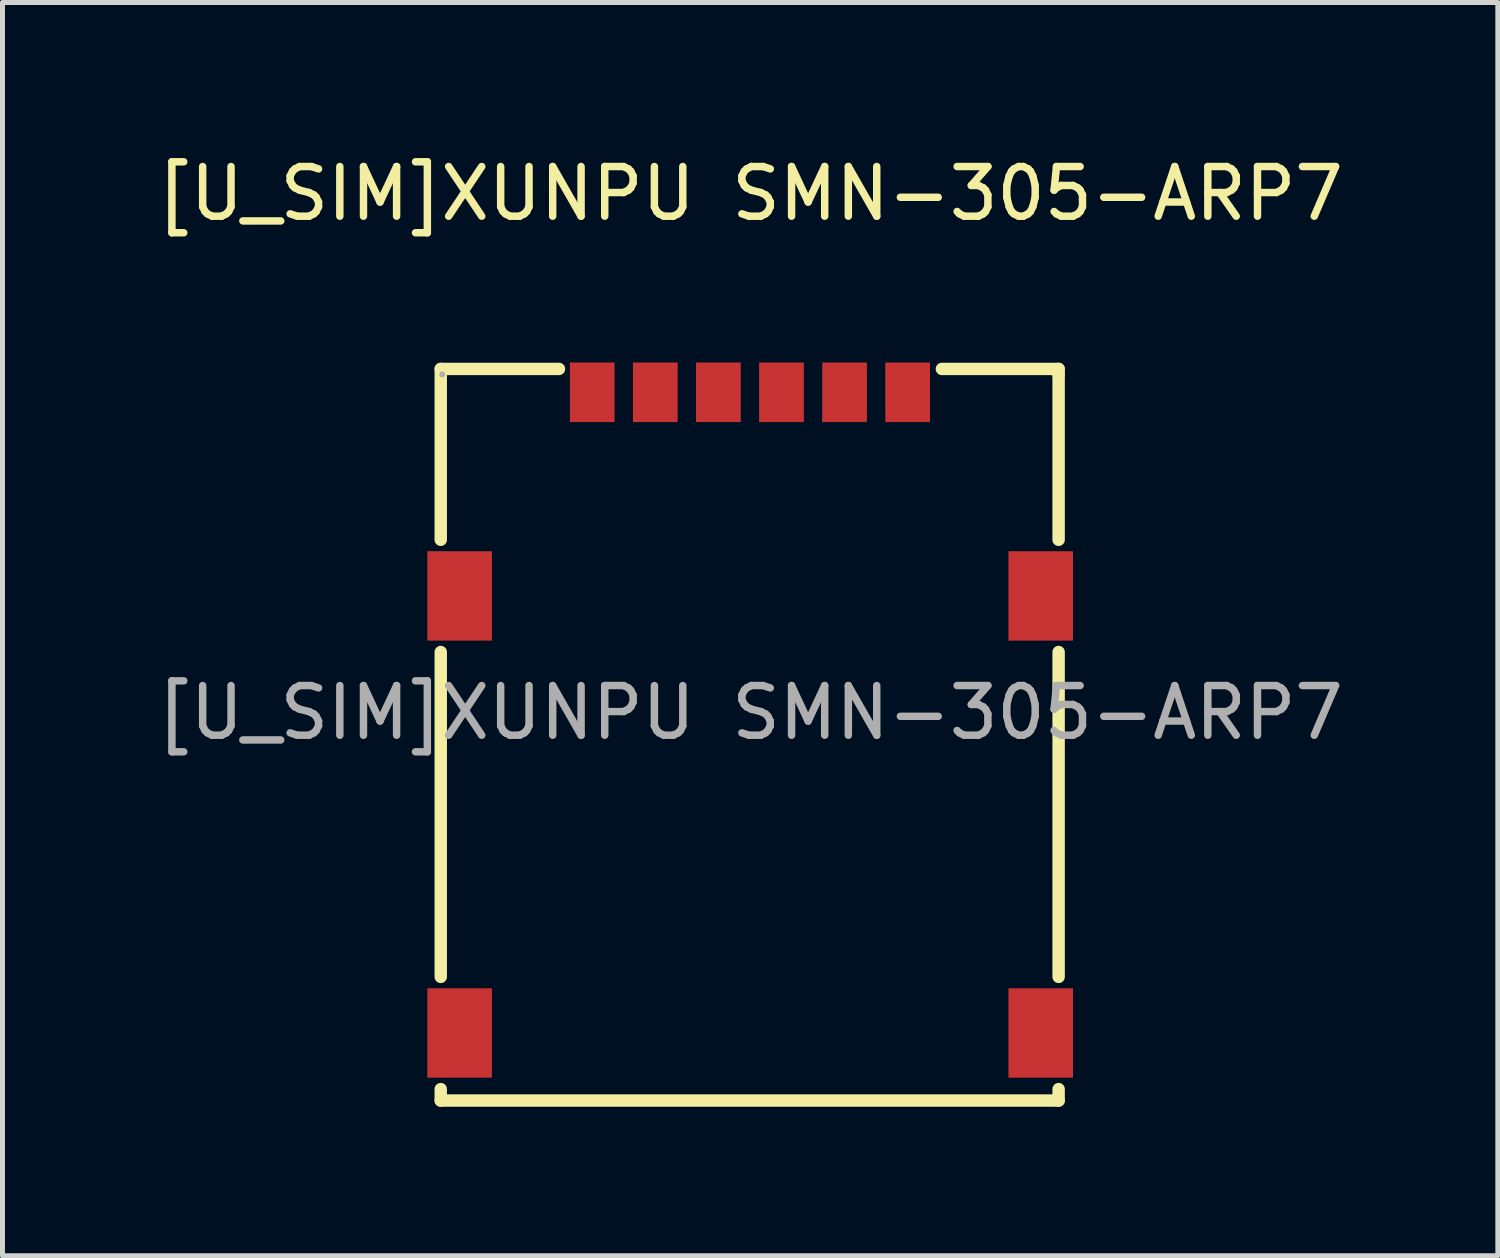
<source format=kicad_pcb>
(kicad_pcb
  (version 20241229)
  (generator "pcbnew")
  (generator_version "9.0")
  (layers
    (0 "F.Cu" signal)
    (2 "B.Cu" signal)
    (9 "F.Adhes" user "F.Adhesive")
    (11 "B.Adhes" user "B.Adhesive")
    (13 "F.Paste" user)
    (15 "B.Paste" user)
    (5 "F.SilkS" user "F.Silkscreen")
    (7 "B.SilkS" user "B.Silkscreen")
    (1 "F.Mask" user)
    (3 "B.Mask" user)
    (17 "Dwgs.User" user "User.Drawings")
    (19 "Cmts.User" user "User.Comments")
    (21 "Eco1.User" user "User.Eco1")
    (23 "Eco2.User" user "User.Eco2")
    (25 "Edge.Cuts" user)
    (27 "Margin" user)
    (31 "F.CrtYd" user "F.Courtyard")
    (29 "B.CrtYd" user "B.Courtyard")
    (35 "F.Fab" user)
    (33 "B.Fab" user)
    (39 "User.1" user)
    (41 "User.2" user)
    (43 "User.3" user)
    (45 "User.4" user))
  (footprint "[U_SIM]XUNPU SMN-305-ARP7"
    (layer "F.Cu")
    (at 12.054 11.298)
    (property "Reference" "[U_SIM]XUNPU SMN-305-ARP7" (at 0 -10.45 0) (layer "F.SilkS") (effects (font (size 1 1) (thickness 0.15))))
    (attr smd)
    (fp_line (start -6.23 -6.92) (end -6.23 -3.48) (stroke (width 0.25) (type solid)) (layer "F.SilkS"))
    (fp_line (start -6.23 -1.22) (end -6.23 5.32) (stroke (width 0.25) (type solid)) (layer "F.SilkS"))
    (fp_line (start -6.23 7.58) (end -6.23 7.81) (stroke (width 0.25) (type solid)) (layer "F.SilkS"))
    (fp_line (start -6.23 7.81) (end 6.21 7.81) (stroke (width 0.25) (type solid)) (layer "F.SilkS"))
    (fp_line (start -3.85 -6.92) (end -6.23 -6.92) (stroke (width 0.25) (type solid)) (layer "F.SilkS"))
    (fp_line (start 6.21 -6.92) (end 3.86 -6.92) (stroke (width 0.25) (type solid)) (layer "F.SilkS"))
    (fp_line (start 6.21 -6.8) (end 6.21 -6.92) (stroke (width 0.25) (type solid)) (layer "F.SilkS"))
    (fp_line (start 6.21 -3.48) (end 6.21 -6.8) (stroke (width 0.25) (type solid)) (layer "F.SilkS"))
    (fp_line (start 6.21 5.32) (end 6.21 -1.22) (stroke (width 0.25) (type solid)) (layer "F.SilkS"))
    (fp_line (start 6.21 7.81) (end 6.21 7.58) (stroke (width 0.25) (type solid)) (layer "F.SilkS"))
    (fp_circle (center -6.2 -6.81) (end -6.17 -6.81) (stroke (width 0.06) (type solid)) (fill no) (layer "F.Fab"))
    (fp_text user "${REFERENCE}" (at 0 0 0) (layer "F.Fab") (effects (font (size 1 1) (thickness 0.15))))
    (pad "1" smd rect (at -3.18 -6.45) (size 0.9 1.2) (layers "F.Cu" "F.Mask" "F.Paste"))
    (pad "2" smd rect (at -0.64 -6.45) (size 0.9 1.2) (layers "F.Cu" "F.Mask" "F.Paste"))
    (pad "3" smd rect (at 1.9 -6.45) (size 0.9 1.2) (layers "F.Cu" "F.Mask" "F.Paste"))
    (pad "5" smd rect (at -1.91 -6.45) (size 0.9 1.2) (layers "F.Cu" "F.Mask" "F.Paste"))
    (pad "6" smd rect (at 0.63 -6.45) (size 0.9 1.2) (layers "F.Cu" "F.Mask" "F.Paste"))
    (pad "7" smd rect (at 3.17 -6.45) (size 0.9 1.2) (layers "F.Cu" "F.Mask" "F.Paste"))
    (pad "8" smd rect (at -5.85 6.45) (size 1.3 1.8) (layers "F.Cu" "F.Mask" "F.Paste"))
    (pad "9" smd rect (at -5.85 -2.35) (size 1.3 1.8) (layers "F.Cu" "F.Mask" "F.Paste"))
    (pad "10" smd rect (at 5.85 -2.35) (size 1.3 1.8) (layers "F.Cu" "F.Mask" "F.Paste"))
    (pad "11" smd rect (at 5.85 6.45) (size 1.3 1.8) (layers "F.Cu" "F.Mask" "F.Paste")))
  (gr_rect
    (start -3 -3)
    (end 27.107 22.233)
    (stroke (width 0.1) (type default))
    (fill no)
    (layer "Edge.Cuts")))
</source>
